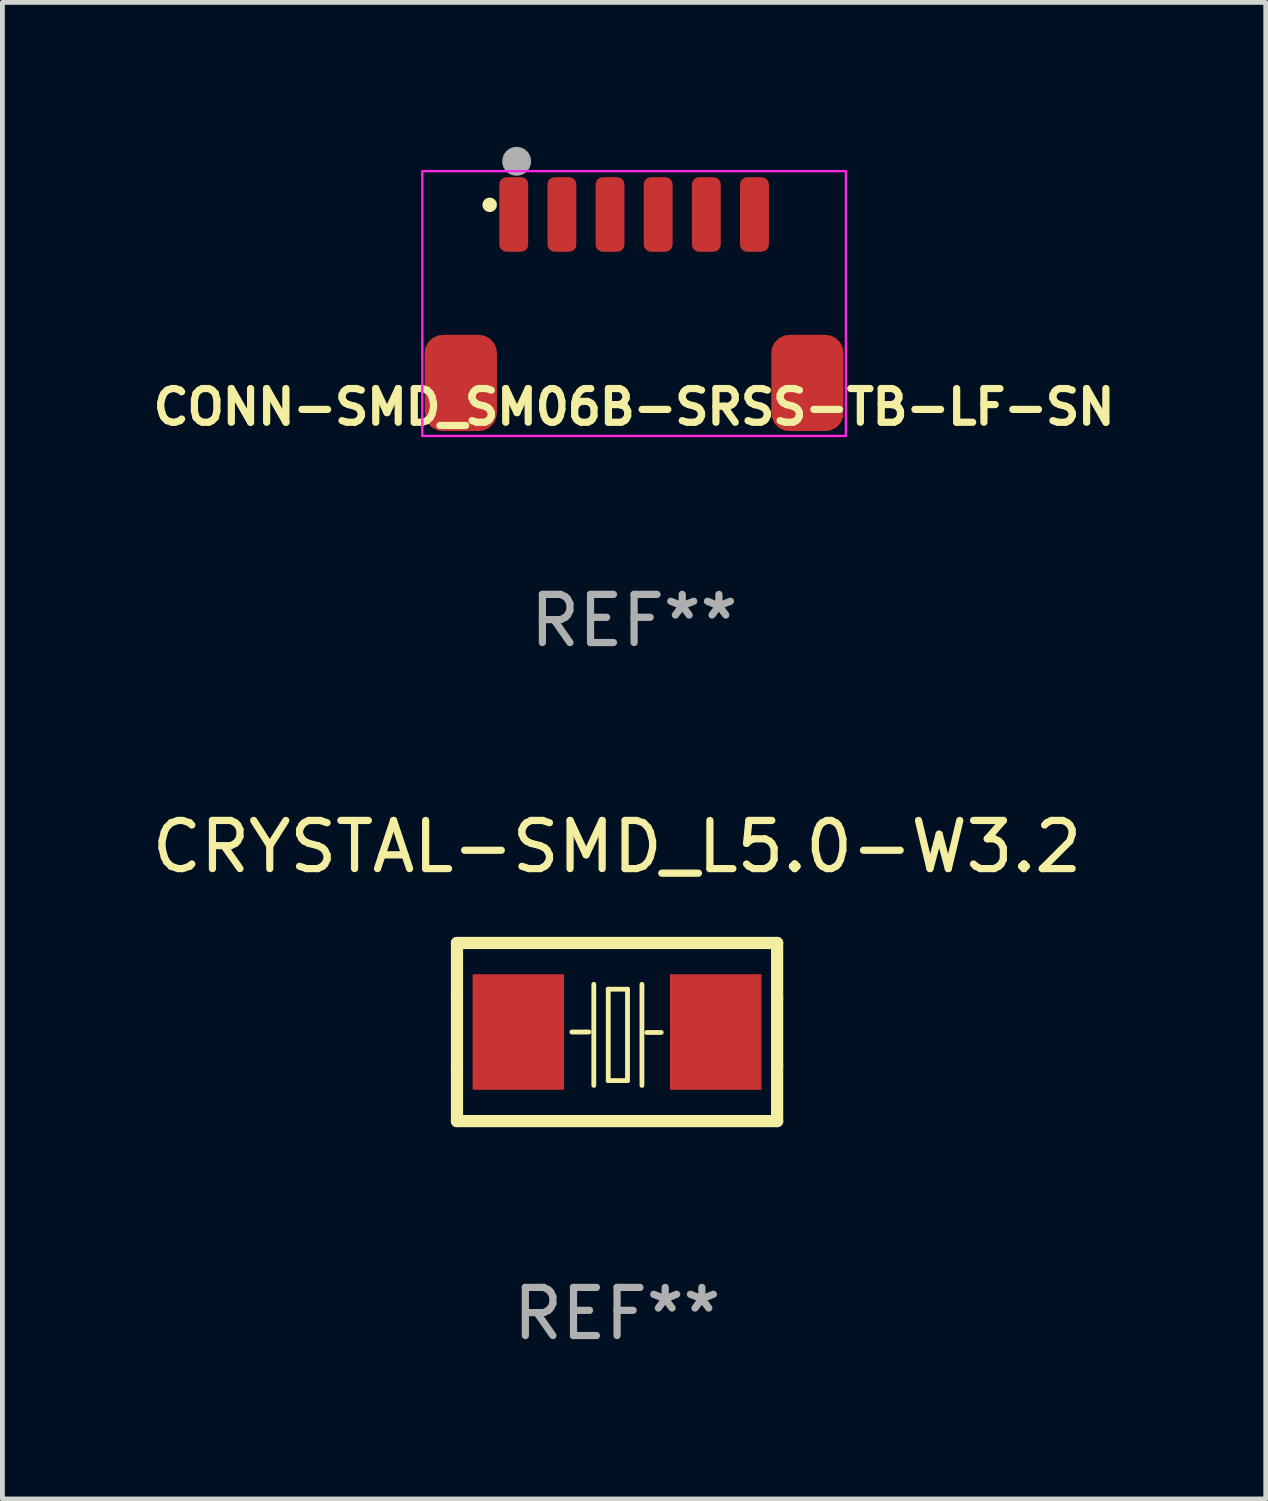
<source format=kicad_pcb>
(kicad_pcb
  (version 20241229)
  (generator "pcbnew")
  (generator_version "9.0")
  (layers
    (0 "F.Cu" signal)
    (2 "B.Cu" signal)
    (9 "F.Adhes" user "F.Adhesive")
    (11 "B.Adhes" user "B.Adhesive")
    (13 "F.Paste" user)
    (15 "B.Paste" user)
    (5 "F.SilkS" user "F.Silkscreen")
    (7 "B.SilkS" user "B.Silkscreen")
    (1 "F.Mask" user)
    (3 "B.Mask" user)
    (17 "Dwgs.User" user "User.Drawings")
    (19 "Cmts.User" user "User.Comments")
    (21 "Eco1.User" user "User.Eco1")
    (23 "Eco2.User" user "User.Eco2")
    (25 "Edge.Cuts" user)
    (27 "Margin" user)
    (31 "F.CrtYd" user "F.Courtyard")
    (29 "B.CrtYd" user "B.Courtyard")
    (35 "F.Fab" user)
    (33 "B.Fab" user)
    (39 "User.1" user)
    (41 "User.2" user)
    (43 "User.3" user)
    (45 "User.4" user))
  (footprint "CRYSTAL-SMD_L5.0-W3.2"
    (layer "F.Cu")
    (at 9.768 18.388)
    (property "Reference" "CRYSTAL-SMD_L5.0-W3.2" (at 0.000013 -3.85 0) (layer "F.SilkS") (effects (font (size 1 1) (thickness 0.15))))
    (attr through_hole)
    (fp_line (start -3.325 0.7) (end -3.325 -0.7) (stroke (width 0.254) (type solid)) (layer "F.SilkS"))
    (fp_line (start -3.325 -1.85) (end 3.325 -1.85) (stroke (width 0.254) (type solid)) (layer "F.SilkS"))
    (fp_line (start -3.325 -0.7) (end -3.325 -1.85) (stroke (width 0.254) (type solid)) (layer "F.SilkS"))
    (fp_line (start -3.325 1.85) (end -3.325 0.7) (stroke (width 0.254) (type solid)) (layer "F.SilkS"))
    (fp_line (start -0.94 0) (end -0.584 0) (stroke (width 0.1) (type solid)) (layer "F.SilkS"))
    (fp_line (start -0.483 -0.991) (end -0.483 1.109) (stroke (width 0.1) (type solid)) (layer "F.SilkS"))
    (fp_line (start -0.183 -0.89) (end -0.183 1.009) (stroke (width 0.1) (type solid)) (layer "F.SilkS"))
    (fp_line (start -0.183 1.009) (end 0.217 1.009) (stroke (width 0.1) (type solid)) (layer "F.SilkS"))
    (fp_line (start 0.217 -0.89) (end -0.183 -0.89) (stroke (width 0.1) (type solid)) (layer "F.SilkS"))
    (fp_line (start 0.217 1.009) (end 0.217 -0.89) (stroke (width 0.1) (type solid)) (layer "F.SilkS"))
    (fp_line (start 0.517 -0.991) (end 0.517 1.109) (stroke (width 0.1) (type solid)) (layer "F.SilkS"))
    (fp_line (start 0.617 0.009) (end 0.917 0.009) (stroke (width 0.1) (type solid)) (layer "F.SilkS"))
    (fp_line (start 3.325 -1.85) (end 3.325 -0.7) (stroke (width 0.254) (type solid)) (layer "F.SilkS"))
    (fp_line (start 3.325 0.7) (end 3.325 1.85) (stroke (width 0.254) (type solid)) (layer "F.SilkS"))
    (fp_line (start 3.325 1.85) (end -3.325 1.85) (stroke (width 0.254) (type solid)) (layer "F.SilkS"))
    (fp_line (start 3.325 -0.7) (end 3.325 0.7) (stroke (width 0.254) (type solid)) (layer "F.SilkS"))
    (fp_text user "REF**" (at 0.000013 5.85 0) (layer "F.Fab") (effects (font (size 1 1) (thickness 0.15))))
    (pad "1" smd rect (at -2.05 -0.000076) (size 1.9 2.4) (layers "F.Cu" "F.Mask" "F.Paste"))
    (pad "2" smd rect (at 2.05 -0.000076) (size 1.9 2.4) (layers "F.Cu" "F.Mask" "F.Paste")))
  (footprint "CONN-SMD_SM06B-SRSS-TB-LF-SN"
    (layer "F.Cu")
    (at 10.122 3.205)
    (property "Reference" "CONN-SMD_SM06B-SRSS-TB-LF-SN" (at 0.000013 2.2 0) (layer "F.SilkS") (effects (font (size 0.7 0.7) (thickness 0.15))))
    (attr through_hole)
    (fp_circle (center -3 -2) (end -2.85 -2) (stroke (width 0) (type solid)) (fill yes) (layer "F.SilkS"))
    (fp_rect (start -4.4 -2.7) (end 4.4 2.8) (stroke (width 0.05) (type default)) (fill no) (layer "F.CrtYd"))
    (fp_circle (center -2.44 -2.905) (end -2.29 -2.905) (stroke (width 0.3) (type solid)) (fill no) (layer "F.Fab"))
    (fp_text user "REF**" (at 0.000013 6.637 0) (layer "F.Fab") (effects (font (size 1 1) (thickness 0.15))))
    (pad "1" smd roundrect (at -2.5 -1.8) (size 0.6 1.55) (layers "F.Cu" "F.Mask" "F.Paste") (roundrect_rratio 0.25))
    (pad "2" smd roundrect (at -1.5 -1.8) (size 0.6 1.55) (layers "F.Cu" "F.Mask" "F.Paste") (roundrect_rratio 0.25))
    (pad "3" smd roundrect (at -0.5 -1.8) (size 0.6 1.55) (layers "F.Cu" "F.Mask" "F.Paste") (roundrect_rratio 0.25))
    (pad "4" smd roundrect (at 0.5 -1.8) (size 0.6 1.55) (layers "F.Cu" "F.Mask" "F.Paste") (roundrect_rratio 0.25))
    (pad "5" smd roundrect (at 1.5 -1.8) (size 0.6 1.55) (layers "F.Cu" "F.Mask" "F.Paste") (roundrect_rratio 0.25))
    (pad "6" smd roundrect (at 2.5 -1.8) (size 0.6 1.55) (layers "F.Cu" "F.Mask" "F.Paste") (roundrect_rratio 0.25))
    (pad "7" smd roundrect (at 3.6 1.7) (size 1.5 2) (layers "F.Cu" "F.Mask" "F.Paste") (roundrect_rratio 0.25))
    (pad "8" smd roundrect (at -3.6 1.7) (size 1.5 2) (layers "F.Cu" "F.Mask" "F.Paste") (roundrect_rratio 0.25)))
  (gr_rect
    (start -3 -3)
    (end 23.243 28.087)
    (stroke (width 0.1) (type default))
    (fill no)
    (layer "Edge.Cuts")))
</source>
